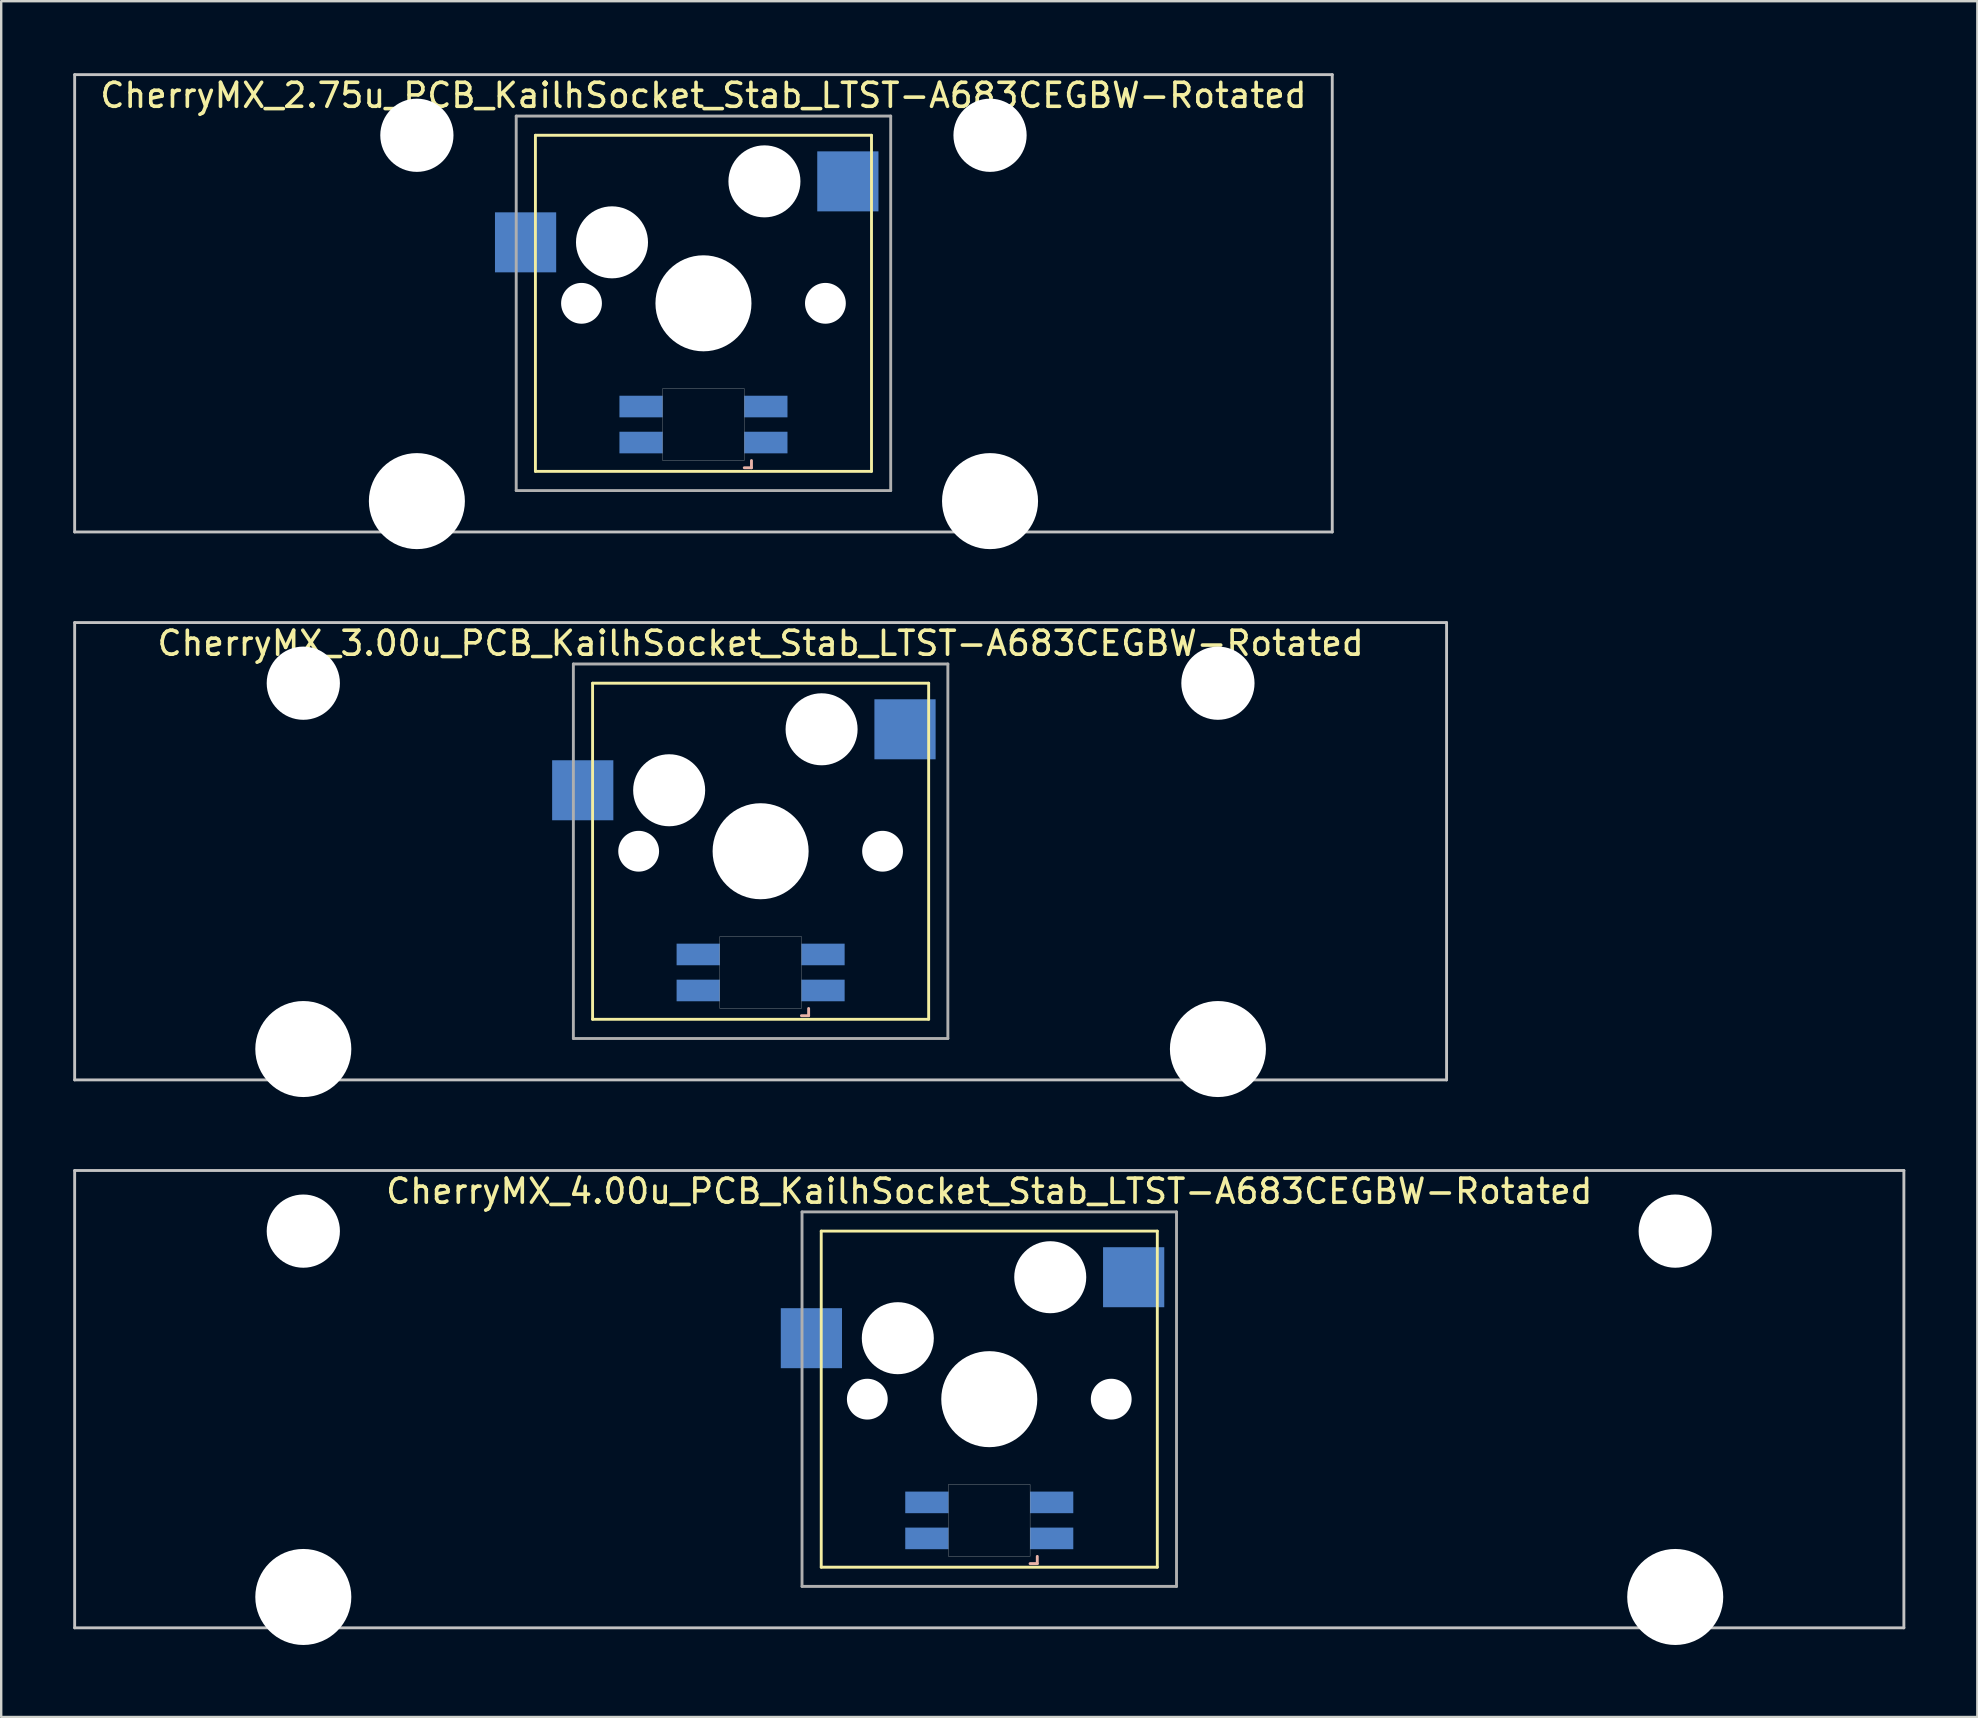
<source format=kicad_pcb>
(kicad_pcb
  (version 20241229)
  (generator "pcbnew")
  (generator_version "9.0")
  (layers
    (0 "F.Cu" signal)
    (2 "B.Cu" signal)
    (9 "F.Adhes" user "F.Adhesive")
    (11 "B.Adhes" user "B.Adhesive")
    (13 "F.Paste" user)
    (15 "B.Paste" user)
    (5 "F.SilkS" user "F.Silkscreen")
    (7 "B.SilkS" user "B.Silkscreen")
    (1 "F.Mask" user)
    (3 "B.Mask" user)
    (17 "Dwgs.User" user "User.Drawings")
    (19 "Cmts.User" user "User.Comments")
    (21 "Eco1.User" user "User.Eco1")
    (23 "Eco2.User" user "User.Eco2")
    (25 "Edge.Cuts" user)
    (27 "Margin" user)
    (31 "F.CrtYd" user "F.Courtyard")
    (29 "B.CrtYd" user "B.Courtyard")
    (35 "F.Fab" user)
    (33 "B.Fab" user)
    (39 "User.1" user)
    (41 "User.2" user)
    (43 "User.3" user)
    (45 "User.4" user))
  (footprint "CherryMX_4.00u_PCB_KailhSocket_Stab_LTST-A683CEGBW-Rotated"
    (layer "F.Cu")
    (at 38.16 55.235)
    (property "Reference" "CherryMX_4.00u_PCB_KailhSocket_Stab_LTST-A683CEGBW-Rotated" (at 0 -8.662 0) (layer "F.SilkS") (effects (font (size 1 1) (thickness 0.15))))
    (attr through_hole)
    (fp_line (start -7 -7) (end -7 7) (stroke (width 0.12) (type solid)) (layer "F.SilkS"))
    (fp_line (start -7 -7) (end 7 -7) (stroke (width 0.12) (type solid)) (layer "F.SilkS"))
    (fp_line (start 7 -7) (end 7 7) (stroke (width 0.12) (type solid)) (layer "F.SilkS"))
    (fp_line (start 7 7) (end -7 7) (stroke (width 0.12) (type solid)) (layer "F.SilkS"))
    (fp_line (start 1.7 6.85) (end 2 6.85) (stroke (width 0.12) (type solid)) (layer "B.SilkS"))
    (fp_line (start 2 6.85) (end 2 6.55) (stroke (width 0.12) (type solid)) (layer "B.SilkS"))
    (fp_line (start -38.1 -9.525) (end 38.1 -9.525) (stroke (width 0.12) (type solid)) (layer "Dwgs.User"))
    (fp_line (start -38.1 9.525) (end -38.1 -9.525) (stroke (width 0.12) (type solid)) (layer "Dwgs.User"))
    (fp_line (start 38.1 -9.525) (end 38.1 9.525) (stroke (width 0.12) (type solid)) (layer "Dwgs.User"))
    (fp_line (start 38.1 9.525) (end -38.1 9.525) (stroke (width 0.12) (type solid)) (layer "Dwgs.User"))
    (fp_poly (pts (xy -1.7 3.55) (xy 1.7 3.55) (xy 1.7 6.55) (xy -1.7 6.55)) (stroke (width 0.01) (type solid)) (fill no) (layer "Edge.Cuts"))
    (fp_line (start -7.8 -7.8) (end -7.8 7.8) (stroke (width 0.12) (type solid)) (layer "F.Fab"))
    (fp_line (start -7.8 -7.8) (end 7.8 -7.8) (stroke (width 0.12) (type solid)) (layer "F.Fab"))
    (fp_line (start -7.8 7.8) (end 7.8 7.8) (stroke (width 0.12) (type solid)) (layer "F.Fab"))
    (fp_line (start 7.8 -7.8) (end 7.8 7.8) (stroke (width 0.12) (type solid)) (layer "F.Fab"))
    (pad "" np_thru_hole circle (at -28.575 -7) (size 3.05 3.05) (drill 3.05) (layers "*.Cu" "*.Mask"))
    (pad "" np_thru_hole circle (at -28.575 8.24) (size 4 4) (drill 4) (layers "*.Cu" "*.Mask"))
    (pad "" np_thru_hole circle (at -5.08 0) (size 1.7 1.7) (drill 1.7) (layers "*.Cu" "*.Mask"))
    (pad "" np_thru_hole circle (at -3.81 -2.54) (size 3 3) (drill 3) (layers "*.Cu" "*.Mask"))
    (pad "" np_thru_hole circle (at 0 0) (size 4 4) (drill 4) (layers "*.Cu" "*.Mask"))
    (pad "" np_thru_hole circle (at 2.54 -5.08) (size 3 3) (drill 3) (layers "*.Cu" "*.Mask"))
    (pad "" np_thru_hole circle (at 5.08 0) (size 1.7 1.7) (drill 1.7) (layers "*.Cu" "*.Mask"))
    (pad "" np_thru_hole circle (at 28.575 -7) (size 3.05 3.05) (drill 3.05) (layers "*.Cu" "*.Mask"))
    (pad "" np_thru_hole circle (at 28.575 8.24) (size 4 4) (drill 4) (layers "*.Cu" "*.Mask"))
    (pad "1" smd rect (at -7.41 -2.54) (size 2.55 2.5) (layers "B.Cu" "B.Mask" "B.Paste"))
    (pad "2" smd rect (at 6.015 -5.08) (size 2.55 2.5) (layers "B.Cu" "B.Mask" "B.Paste"))
    (pad "3" smd rect (at 2.6 5.8 180) (size 1.8 0.9) (layers "B.Cu" "B.Mask" "B.Paste"))
    (pad "4" smd rect (at 2.6 4.3 180) (size 1.8 0.9) (layers "B.Cu" "B.Mask" "B.Paste"))
    (pad "5" smd rect (at -2.6 5.8 180) (size 1.8 0.9) (layers "B.Cu" "B.Mask" "B.Paste"))
    (pad "6" smd rect (at -2.6 4.3 180) (size 1.8 0.9) (layers "B.Cu" "B.Mask" "B.Paste")))
  (footprint "CherryMX_3.00u_PCB_KailhSocket_Stab_LTST-A683CEGBW-Rotated"
    (layer "F.Cu")
    (at 28.635 32.41)
    (property "Reference" "CherryMX_3.00u_PCB_KailhSocket_Stab_LTST-A683CEGBW-Rotated" (at 0 -8.662 0) (layer "F.SilkS") (effects (font (size 1 1) (thickness 0.15))))
    (attr through_hole)
    (fp_line (start -7 -7) (end -7 7) (stroke (width 0.12) (type solid)) (layer "F.SilkS"))
    (fp_line (start -7 -7) (end 7 -7) (stroke (width 0.12) (type solid)) (layer "F.SilkS"))
    (fp_line (start 7 -7) (end 7 7) (stroke (width 0.12) (type solid)) (layer "F.SilkS"))
    (fp_line (start 7 7) (end -7 7) (stroke (width 0.12) (type solid)) (layer "F.SilkS"))
    (fp_line (start 1.7 6.85) (end 2 6.85) (stroke (width 0.12) (type solid)) (layer "B.SilkS"))
    (fp_line (start 2 6.85) (end 2 6.55) (stroke (width 0.12) (type solid)) (layer "B.SilkS"))
    (fp_line (start -28.575 -9.525) (end 28.575 -9.525) (stroke (width 0.12) (type solid)) (layer "Dwgs.User"))
    (fp_line (start -28.575 9.525) (end -28.575 -9.525) (stroke (width 0.12) (type solid)) (layer "Dwgs.User"))
    (fp_line (start 28.575 -9.525) (end 28.575 9.525) (stroke (width 0.12) (type solid)) (layer "Dwgs.User"))
    (fp_line (start 28.575 9.525) (end -28.575 9.525) (stroke (width 0.12) (type solid)) (layer "Dwgs.User"))
    (fp_poly (pts (xy -1.7 3.55) (xy 1.7 3.55) (xy 1.7 6.55) (xy -1.7 6.55)) (stroke (width 0.01) (type solid)) (fill no) (layer "Edge.Cuts"))
    (fp_line (start -7.8 -7.8) (end -7.8 7.8) (stroke (width 0.12) (type solid)) (layer "F.Fab"))
    (fp_line (start -7.8 -7.8) (end 7.8 -7.8) (stroke (width 0.12) (type solid)) (layer "F.Fab"))
    (fp_line (start -7.8 7.8) (end 7.8 7.8) (stroke (width 0.12) (type solid)) (layer "F.Fab"))
    (fp_line (start 7.8 -7.8) (end 7.8 7.8) (stroke (width 0.12) (type solid)) (layer "F.Fab"))
    (pad "" np_thru_hole circle (at -19.05 -7) (size 3.05 3.05) (drill 3.05) (layers "*.Cu" "*.Mask"))
    (pad "" np_thru_hole circle (at -19.05 8.24) (size 4 4) (drill 4) (layers "*.Cu" "*.Mask"))
    (pad "" np_thru_hole circle (at -5.08 0) (size 1.7 1.7) (drill 1.7) (layers "*.Cu" "*.Mask"))
    (pad "" np_thru_hole circle (at -3.81 -2.54) (size 3 3) (drill 3) (layers "*.Cu" "*.Mask"))
    (pad "" np_thru_hole circle (at 0 0) (size 4 4) (drill 4) (layers "*.Cu" "*.Mask"))
    (pad "" np_thru_hole circle (at 2.54 -5.08) (size 3 3) (drill 3) (layers "*.Cu" "*.Mask"))
    (pad "" np_thru_hole circle (at 5.08 0) (size 1.7 1.7) (drill 1.7) (layers "*.Cu" "*.Mask"))
    (pad "" np_thru_hole circle (at 19.05 -7) (size 3.05 3.05) (drill 3.05) (layers "*.Cu" "*.Mask"))
    (pad "" np_thru_hole circle (at 19.05 8.24) (size 4 4) (drill 4) (layers "*.Cu" "*.Mask"))
    (pad "1" smd rect (at -7.41 -2.54) (size 2.55 2.5) (layers "B.Cu" "B.Mask" "B.Paste"))
    (pad "2" smd rect (at 6.015 -5.08) (size 2.55 2.5) (layers "B.Cu" "B.Mask" "B.Paste"))
    (pad "3" smd rect (at 2.6 5.8 180) (size 1.8 0.9) (layers "B.Cu" "B.Mask" "B.Paste"))
    (pad "4" smd rect (at 2.6 4.3 180) (size 1.8 0.9) (layers "B.Cu" "B.Mask" "B.Paste"))
    (pad "5" smd rect (at -2.6 5.8 180) (size 1.8 0.9) (layers "B.Cu" "B.Mask" "B.Paste"))
    (pad "6" smd rect (at -2.6 4.3 180) (size 1.8 0.9) (layers "B.Cu" "B.Mask" "B.Paste")))
  (footprint "CherryMX_2.75u_PCB_KailhSocket_Stab_LTST-A683CEGBW-Rotated"
    (layer "F.Cu")
    (at 26.254 9.585)
    (property "Reference" "CherryMX_2.75u_PCB_KailhSocket_Stab_LTST-A683CEGBW-Rotated" (at 0 -8.662 0) (layer "F.SilkS") (effects (font (size 1 1) (thickness 0.15))))
    (attr through_hole)
    (fp_line (start -7 -7) (end -7 7) (stroke (width 0.12) (type solid)) (layer "F.SilkS"))
    (fp_line (start -7 -7) (end 7 -7) (stroke (width 0.12) (type solid)) (layer "F.SilkS"))
    (fp_line (start 7 -7) (end 7 7) (stroke (width 0.12) (type solid)) (layer "F.SilkS"))
    (fp_line (start 7 7) (end -7 7) (stroke (width 0.12) (type solid)) (layer "F.SilkS"))
    (fp_line (start 1.7 6.85) (end 2 6.85) (stroke (width 0.12) (type solid)) (layer "B.SilkS"))
    (fp_line (start 2 6.85) (end 2 6.55) (stroke (width 0.12) (type solid)) (layer "B.SilkS"))
    (fp_line (start -26.194 -9.525) (end 26.194 -9.525) (stroke (width 0.12) (type solid)) (layer "Dwgs.User"))
    (fp_line (start -26.194 9.525) (end -26.194 -9.525) (stroke (width 0.12) (type solid)) (layer "Dwgs.User"))
    (fp_line (start 26.194 -9.525) (end 26.194 9.525) (stroke (width 0.12) (type solid)) (layer "Dwgs.User"))
    (fp_line (start 26.194 9.525) (end -26.194 9.525) (stroke (width 0.12) (type solid)) (layer "Dwgs.User"))
    (fp_poly (pts (xy -1.7 3.55) (xy 1.7 3.55) (xy 1.7 6.55) (xy -1.7 6.55)) (stroke (width 0.01) (type solid)) (fill no) (layer "Edge.Cuts"))
    (fp_line (start -7.8 -7.8) (end -7.8 7.8) (stroke (width 0.12) (type solid)) (layer "F.Fab"))
    (fp_line (start -7.8 -7.8) (end 7.8 -7.8) (stroke (width 0.12) (type solid)) (layer "F.Fab"))
    (fp_line (start -7.8 7.8) (end 7.8 7.8) (stroke (width 0.12) (type solid)) (layer "F.Fab"))
    (fp_line (start 7.8 -7.8) (end 7.8 7.8) (stroke (width 0.12) (type solid)) (layer "F.Fab"))
    (pad "" np_thru_hole circle (at -11.938 -7) (size 3.05 3.05) (drill 3.05) (layers "*.Cu" "*.Mask"))
    (pad "" np_thru_hole circle (at -11.938 8.24) (size 4 4) (drill 4) (layers "*.Cu" "*.Mask"))
    (pad "" np_thru_hole circle (at -5.08 0) (size 1.7 1.7) (drill 1.7) (layers "*.Cu" "*.Mask"))
    (pad "" np_thru_hole circle (at -3.81 -2.54) (size 3 3) (drill 3) (layers "*.Cu" "*.Mask"))
    (pad "" np_thru_hole circle (at 0 0) (size 4 4) (drill 4) (layers "*.Cu" "*.Mask"))
    (pad "" np_thru_hole circle (at 2.54 -5.08) (size 3 3) (drill 3) (layers "*.Cu" "*.Mask"))
    (pad "" np_thru_hole circle (at 5.08 0) (size 1.7 1.7) (drill 1.7) (layers "*.Cu" "*.Mask"))
    (pad "" np_thru_hole circle (at 11.938 -7) (size 3.05 3.05) (drill 3.05) (layers "*.Cu" "*.Mask"))
    (pad "" np_thru_hole circle (at 11.938 8.24) (size 4 4) (drill 4) (layers "*.Cu" "*.Mask"))
    (pad "1" smd rect (at -7.41 -2.54) (size 2.55 2.5) (layers "B.Cu" "B.Mask" "B.Paste"))
    (pad "2" smd rect (at 6.015 -5.08) (size 2.55 2.5) (layers "B.Cu" "B.Mask" "B.Paste"))
    (pad "3" smd rect (at 2.6 5.8 180) (size 1.8 0.9) (layers "B.Cu" "B.Mask" "B.Paste"))
    (pad "4" smd rect (at 2.6 4.3 180) (size 1.8 0.9) (layers "B.Cu" "B.Mask" "B.Paste"))
    (pad "5" smd rect (at -2.6 5.8 180) (size 1.8 0.9) (layers "B.Cu" "B.Mask" "B.Paste"))
    (pad "6" smd rect (at -2.6 4.3 180) (size 1.8 0.9) (layers "B.Cu" "B.Mask" "B.Paste")))
  (gr_rect
    (start -3 -3)
    (end 79.32 68.475)
    (stroke (width 0.1) (type default))
    (fill no)
    (layer "Edge.Cuts")))
</source>
